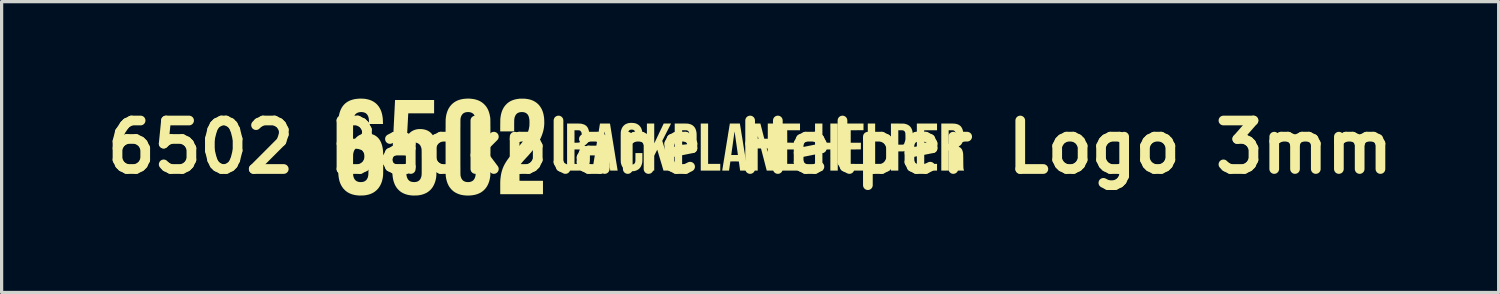
<source format=kicad_pcb>
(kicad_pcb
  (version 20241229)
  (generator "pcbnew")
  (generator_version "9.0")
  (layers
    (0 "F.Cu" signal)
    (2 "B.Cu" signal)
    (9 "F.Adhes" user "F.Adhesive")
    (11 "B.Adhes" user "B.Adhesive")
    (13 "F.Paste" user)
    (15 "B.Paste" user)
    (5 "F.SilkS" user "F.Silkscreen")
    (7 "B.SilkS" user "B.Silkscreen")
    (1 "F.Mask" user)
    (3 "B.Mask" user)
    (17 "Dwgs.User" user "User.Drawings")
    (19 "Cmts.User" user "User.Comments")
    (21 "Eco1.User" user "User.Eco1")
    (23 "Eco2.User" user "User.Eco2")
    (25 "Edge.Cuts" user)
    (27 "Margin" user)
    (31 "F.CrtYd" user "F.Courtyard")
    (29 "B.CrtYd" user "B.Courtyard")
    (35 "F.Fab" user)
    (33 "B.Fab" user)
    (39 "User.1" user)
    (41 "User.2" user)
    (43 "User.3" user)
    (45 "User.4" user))
  (footprint "6502 Backplane Helper Logo 3mm"
    (layer "F.Cu")
    (at 20.157 1.5)
    (property "Reference" "6502 Backplane Helper Logo 3mm" (at 0 0 0) (layer "F.SilkS") (effects (font (size 1.5 1.5) (thickness 0.3))))
    (attr board_only exclude_from_pos_files exclude_from_bom)
    (fp_poly (pts (xy -1.3 -0.104) (xy -1.3 0.52) (xy -1.112 0.52) (xy -0.924 0.52) (xy -0.924 0.624) (xy -0.924 0.728) (xy -1.226 0.728) (xy -1.528 0.728) (xy -1.528 -0.000001) (xy -1.528 -0.728) (xy -1.414 -0.728) (xy -1.3 -0.728)) (stroke (width 0) (type solid)) (fill yes) (layer "F.SilkS"))
    (fp_poly (pts (xy 3.868 -0.104) (xy 3.868 0.52) (xy 4.056 0.52) (xy 4.244 0.52) (xy 4.244 0.624) (xy 4.244 0.728) (xy 3.942 0.728) (xy 3.64 0.728) (xy 3.64 -0.000001) (xy 3.64 -0.728) (xy 3.754 -0.728) (xy 3.868 -0.728)) (stroke (width 0) (type solid)) (fill yes) (layer "F.SilkS"))
    (fp_poly (pts (xy 1.543 -0.624) (xy 1.543 -0.52) (xy 1.345 -0.52) (xy 1.147 -0.52) (xy 1.148 -0.328) (xy 1.149 -0.136) (xy 1.305 -0.135) (xy 1.462 -0.134) (xy 1.462 -0.03) (xy 1.462 0.074) (xy 1.305 0.074) (xy 1.147 0.074) (xy 1.147 0.297) (xy 1.147 0.52) (xy 1.345 0.52) (xy 1.543 0.52) (xy 1.543 0.624) (xy 1.543 0.728) (xy 1.231 0.728) (xy 0.919 0.728) (xy 0.919 -0.000001) (xy 0.919 -0.728) (xy 1.231 -0.728) (xy 1.543 -0.728)) (stroke (width 0) (type solid)) (fill yes) (layer "F.SilkS"))
    (fp_poly (pts (xy 2.236 -0.431) (xy 2.236 -0.135) (xy 2.359 -0.135) (xy 2.482 -0.135) (xy 2.482 -0.431) (xy 2.482 -0.728) (xy 2.597 -0.728) (xy 2.711 -0.728) (xy 2.711 -0.000001) (xy 2.711 0.728) (xy 2.597 0.728) (xy 2.482 0.728) (xy 2.482 0.401) (xy 2.482 0.074) (xy 2.359 0.074) (xy 2.236 0.074) (xy 2.236 0.401) (xy 2.236 0.728) (xy 2.122 0.728) (xy 2.008 0.728) (xy 2.008 -0.000001) (xy 2.008 -0.728) (xy 2.122 -0.728) (xy 2.236 -0.728)) (stroke (width 0) (type solid)) (fill yes) (layer "F.SilkS"))
    (fp_poly (pts (xy 3.507 -0.625) (xy 3.507 -0.522) (xy 3.309 -0.521) (xy 3.112 -0.52) (xy 3.112 -0.327) (xy 3.112 -0.135) (xy 3.269 -0.135) (xy 3.427 -0.135) (xy 3.426 -0.031) (xy 3.425 0.072) (xy 3.269 0.073) (xy 3.112 0.074) (xy 3.112 0.297) (xy 3.112 0.52) (xy 3.309 0.521) (xy 3.507 0.522) (xy 3.507 0.625) (xy 3.508 0.728) (xy 3.196 0.728) (xy 2.883 0.728) (xy 2.883 -0.000001) (xy 2.883 -0.728) (xy 3.196 -0.728) (xy 3.508 -0.728)) (stroke (width 0) (type solid)) (fill yes) (layer "F.SilkS"))
    (fp_poly (pts (xy 5.782 -0.624) (xy 5.782 -0.52) (xy 5.584 -0.52) (xy 5.386 -0.52) (xy 5.387 -0.328) (xy 5.387 -0.136) (xy 5.544 -0.135) (xy 5.701 -0.134) (xy 5.701 -0.03) (xy 5.701 0.074) (xy 5.543 0.074) (xy 5.386 0.074) (xy 5.386 0.297) (xy 5.386 0.52) (xy 5.584 0.52) (xy 5.782 0.52) (xy 5.782 0.624) (xy 5.782 0.728) (xy 5.47 0.728) (xy 5.158 0.728) (xy 5.158 -0.000001) (xy 5.158 -0.728) (xy 5.47 -0.728) (xy 5.782 -0.728)) (stroke (width 0) (type solid)) (fill yes) (layer "F.SilkS"))
    (fp_poly (pts (xy 0.321 -0.715) (xy 0.322 -0.711) (xy 0.324 -0.703) (xy 0.327 -0.69) (xy 0.332 -0.673) (xy 0.337 -0.652) (xy 0.343 -0.627) (xy 0.35 -0.6) (xy 0.358 -0.569) (xy 0.367 -0.535) (xy 0.376 -0.499) (xy 0.386 -0.46) (xy 0.396 -0.42) (xy 0.407 -0.378) (xy 0.418 -0.334) (xy 0.429 -0.292) (xy 0.443 -0.237) (xy 0.455 -0.188) (xy 0.467 -0.143) (xy 0.477 -0.102) (xy 0.487 -0.065) (xy 0.495 -0.032) (xy 0.503 -0.002) (xy 0.509 0.023) (xy 0.515 0.046) (xy 0.52 0.066) (xy 0.525 0.083) (xy 0.528 0.097) (xy 0.531 0.109) (xy 0.534 0.119) (xy 0.536 0.127) (xy 0.538 0.133) (xy 0.539 0.137) (xy 0.54 0.141) (xy 0.541 0.143) (xy 0.542 0.144) (xy 0.542 0.145) (xy 0.542 0.145) (xy 0.543 0.145) (xy 0.543 0.145) (xy 0.543 0.145) (xy 0.544 0.142) (xy 0.544 0.135) (xy 0.544 0.122) (xy 0.544 0.105) (xy 0.545 0.083) (xy 0.545 0.056) (xy 0.545 0.024) (xy 0.545 -0.012) (xy 0.545 -0.052) (xy 0.546 -0.097) (xy 0.546 -0.146) (xy 0.546 -0.2) (xy 0.546 -0.258) (xy 0.546 -0.292) (xy 0.546 -0.728) (xy 0.647 -0.728) (xy 0.749 -0.728) (xy 0.749 -0.000001) (xy 0.749 0.728) (xy 0.631 0.728) (xy 0.514 0.728) (xy 0.452 0.491) (xy 0.443 0.454) (xy 0.432 0.413) (xy 0.421 0.369) (xy 0.409 0.322) (xy 0.396 0.273) (xy 0.383 0.223) (xy 0.37 0.173) (xy 0.357 0.123) (xy 0.344 0.073) (xy 0.332 0.026) (xy 0.32 -0.02) (xy 0.315 -0.04) (xy 0.305 -0.078) (xy 0.296 -0.114) (xy 0.287 -0.149) (xy 0.278 -0.181) (xy 0.27 -0.211) (xy 0.263 -0.239) (xy 0.257 -0.264) (xy 0.251 -0.285) (xy 0.246 -0.303) (xy 0.242 -0.317) (xy 0.239 -0.328) (xy 0.237 -0.333) (xy 0.236 -0.334) (xy 0.236 -0.333) (xy 0.236 -0.33) (xy 0.235 -0.324) (xy 0.235 -0.315) (xy 0.235 -0.303) (xy 0.235 -0.289) (xy 0.235 -0.271) (xy 0.234 -0.249) (xy 0.234 -0.225) (xy 0.234 -0.196) (xy 0.234 -0.164) (xy 0.234 -0.128) (xy 0.234 -0.087) (xy 0.234 -0.043) (xy 0.234 0.006) (xy 0.234 0.06) (xy 0.234 0.119) (xy 0.234 0.182) (xy 0.234 0.197) (xy 0.234 0.728) (xy 0.132 0.728) (xy 0.03 0.728) (xy 0.03 -0.000001) (xy 0.03 -0.728) (xy 0.174 -0.728) (xy 0.317 -0.728)) (stroke (width 0) (type solid)) (fill yes) (layer "F.SilkS"))
    (fp_poly (pts (xy -2.108 -0.728) (xy -2.074 -0.728) (xy -2.045 -0.728) (xy -2.019 -0.728) (xy -1.997 -0.728) (xy -1.978 -0.727) (xy -1.961 -0.727) (xy -1.947 -0.726) (xy -1.934 -0.725) (xy -1.923 -0.724) (xy -1.913 -0.722) (xy -1.904 -0.721) (xy -1.895 -0.719) (xy -1.885 -0.717) (xy -1.878 -0.715) (xy -1.842 -0.704) (xy -1.809 -0.689) (xy -1.78 -0.672) (xy -1.754 -0.651) (xy -1.739 -0.635) (xy -1.718 -0.61) (xy -1.7 -0.582) (xy -1.686 -0.551) (xy -1.674 -0.518) (xy -1.665 -0.48) (xy -1.658 -0.439) (xy -1.657 -0.43) (xy -1.657 -0.421) (xy -1.656 -0.408) (xy -1.656 -0.391) (xy -1.655 -0.372) (xy -1.655 -0.35) (xy -1.655 -0.326) (xy -1.655 -0.302) (xy -1.655 -0.277) (xy -1.655 -0.253) (xy -1.655 -0.23) (xy -1.656 -0.209) (xy -1.656 -0.191) (xy -1.657 -0.177) (xy -1.657 -0.166) (xy -1.658 -0.163) (xy -1.664 -0.12) (xy -1.673 -0.081) (xy -1.684 -0.046) (xy -1.699 -0.014) (xy -1.717 0.014) (xy -1.738 0.041) (xy -1.739 0.042) (xy -1.761 0.063) (xy -1.783 0.08) (xy -1.808 0.095) (xy -1.815 0.098) (xy -1.834 0.107) (xy -1.854 0.115) (xy -1.874 0.121) (xy -1.895 0.126) (xy -1.919 0.129) (xy -1.945 0.132) (xy -1.974 0.134) (xy -2.008 0.134) (xy -2.032 0.135) (xy -2.104 0.135) (xy -2.104 0.431) (xy -2.104 0.728) (xy -2.218 0.728) (xy -2.333 0.728) (xy -2.333 -0.000001) (xy -2.333 -0.297) (xy -2.104 -0.297) (xy -2.104 -0.074) (xy -2.038 -0.074) (xy -2.014 -0.074) (xy -1.994 -0.074) (xy -1.979 -0.075) (xy -1.968 -0.075) (xy -1.96 -0.077) (xy -1.958 -0.077) (xy -1.938 -0.084) (xy -1.921 -0.095) (xy -1.908 -0.109) (xy -1.897 -0.127) (xy -1.89 -0.148) (xy -1.887 -0.16) (xy -1.886 -0.168) (xy -1.885 -0.181) (xy -1.885 -0.198) (xy -1.884 -0.218) (xy -1.883 -0.24) (xy -1.883 -0.263) (xy -1.883 -0.288) (xy -1.883 -0.313) (xy -1.883 -0.337) (xy -1.884 -0.36) (xy -1.884 -0.382) (xy -1.885 -0.401) (xy -1.885 -0.416) (xy -1.886 -0.428) (xy -1.887 -0.434) (xy -1.893 -0.457) (xy -1.901 -0.476) (xy -1.912 -0.491) (xy -1.926 -0.502) (xy -1.943 -0.511) (xy -1.955 -0.515) (xy -1.96 -0.517) (xy -1.966 -0.518) (xy -1.973 -0.519) (xy -1.981 -0.52) (xy -1.992 -0.52) (xy -2.006 -0.52) (xy -2.024 -0.52) (xy -2.038 -0.52) (xy -2.104 -0.52) (xy -2.104 -0.297) (xy -2.333 -0.297) (xy -2.333 -0.728) (xy -2.146 -0.728)) (stroke (width 0) (type solid)) (fill yes) (layer "F.SilkS"))
    (fp_poly (pts (xy 4.555 -0.728) (xy 4.593 -0.728) (xy 4.625 -0.727) (xy 4.654 -0.727) (xy 4.678 -0.727) (xy 4.698 -0.727) (xy 4.716 -0.726) (xy 4.73 -0.726) (xy 4.742 -0.726) (xy 4.752 -0.725) (xy 4.76 -0.725) (xy 4.766 -0.724) (xy 4.772 -0.723) (xy 4.776 -0.723) (xy 4.777 -0.722) (xy 4.818 -0.712) (xy 4.856 -0.699) (xy 4.889 -0.682) (xy 4.919 -0.663) (xy 4.945 -0.639) (xy 4.968 -0.612) (xy 4.987 -0.582) (xy 5.003 -0.547) (xy 5.016 -0.509) (xy 5.025 -0.467) (xy 5.025 -0.464) (xy 5.028 -0.451) (xy 5.029 -0.436) (xy 5.031 -0.419) (xy 5.032 -0.4) (xy 5.032 -0.378) (xy 5.033 -0.353) (xy 5.033 -0.323) (xy 5.033 -0.297) (xy 5.033 -0.264) (xy 5.033 -0.236) (xy 5.032 -0.211) (xy 5.031 -0.19) (xy 5.03 -0.171) (xy 5.029 -0.154) (xy 5.027 -0.139) (xy 5.025 -0.125) (xy 5.024 -0.122) (xy 5.015 -0.08) (xy 5.001 -0.042) (xy 4.985 -0.008) (xy 4.965 0.023) (xy 4.941 0.05) (xy 4.914 0.073) (xy 4.883 0.093) (xy 4.85 0.108) (xy 4.813 0.12) (xy 4.806 0.122) (xy 4.789 0.126) (xy 4.773 0.129) (xy 4.756 0.131) (xy 4.738 0.132) (xy 4.718 0.134) (xy 4.694 0.134) (xy 4.667 0.134) (xy 4.657 0.134) (xy 4.584 0.135) (xy 4.584 0.431) (xy 4.584 0.728) (xy 4.47 0.728) (xy 4.356 0.728) (xy 4.356 -0.000128) (xy 4.356 -0.297) (xy 4.584 -0.297) (xy 4.584 -0.074) (xy 4.649 -0.074) (xy 4.671 -0.074) (xy 4.688 -0.074) (xy 4.702 -0.074) (xy 4.713 -0.075) (xy 4.721 -0.076) (xy 4.728 -0.077) (xy 4.729 -0.078) (xy 4.743 -0.082) (xy 4.754 -0.086) (xy 4.763 -0.093) (xy 4.772 -0.101) (xy 4.783 -0.113) (xy 4.791 -0.129) (xy 4.797 -0.147) (xy 4.801 -0.167) (xy 4.802 -0.177) (xy 4.803 -0.192) (xy 4.804 -0.21) (xy 4.804 -0.231) (xy 4.805 -0.254) (xy 4.805 -0.279) (xy 4.805 -0.304) (xy 4.805 -0.329) (xy 4.805 -0.352) (xy 4.804 -0.375) (xy 4.803 -0.394) (xy 4.803 -0.411) (xy 4.802 -0.423) (xy 4.801 -0.427) (xy 4.796 -0.451) (xy 4.789 -0.471) (xy 4.778 -0.487) (xy 4.765 -0.499) (xy 4.753 -0.507) (xy 4.745 -0.511) (xy 4.737 -0.514) (xy 4.73 -0.516) (xy 4.721 -0.518) (xy 4.71 -0.519) (xy 4.697 -0.52) (xy 4.68 -0.52) (xy 4.66 -0.52) (xy 4.649 -0.52) (xy 4.584 -0.52) (xy 4.584 -0.297) (xy 4.356 -0.297) (xy 4.356 -0.729)) (stroke (width 0) (type solid)) (fill yes) (layer "F.SilkS"))
    (fp_poly (pts (xy -2.967 -0.422) (xy -2.967 -0.384) (xy -2.967 -0.346) (xy -2.967 -0.31) (xy -2.967 -0.277) (xy -2.967 -0.245) (xy -2.967 -0.217) (xy -2.966 -0.191) (xy -2.966 -0.169) (xy -2.966 -0.15) (xy -2.966 -0.136) (xy -2.966 -0.125) (xy -2.965 -0.119) (xy -2.965 -0.118) (xy -2.964 -0.12) (xy -2.96 -0.127) (xy -2.955 -0.138) (xy -2.948 -0.152) (xy -2.939 -0.17) (xy -2.929 -0.192) (xy -2.918 -0.216) (xy -2.905 -0.243) (xy -2.891 -0.272) (xy -2.876 -0.304) (xy -2.86 -0.338) (xy -2.843 -0.373) (xy -2.825 -0.409) (xy -2.819 -0.424) (xy -2.674 -0.728) (xy -2.56 -0.728) (xy -2.537 -0.728) (xy -2.515 -0.728) (xy -2.495 -0.728) (xy -2.478 -0.728) (xy -2.465 -0.728) (xy -2.454 -0.728) (xy -2.448 -0.728) (xy -2.447 -0.727) (xy -2.448 -0.725) (xy -2.451 -0.719) (xy -2.457 -0.708) (xy -2.464 -0.694) (xy -2.473 -0.676) (xy -2.483 -0.655) (xy -2.495 -0.632) (xy -2.509 -0.606) (xy -2.523 -0.577) (xy -2.538 -0.547) (xy -2.555 -0.515) (xy -2.572 -0.481) (xy -2.583 -0.46) (xy -2.718 -0.194) (xy -2.581 0.263) (xy -2.567 0.31) (xy -2.554 0.355) (xy -2.54 0.399) (xy -2.528 0.441) (xy -2.516 0.482) (xy -2.504 0.52) (xy -2.493 0.555) (xy -2.484 0.588) (xy -2.475 0.618) (xy -2.467 0.645) (xy -2.46 0.668) (xy -2.454 0.687) (xy -2.449 0.703) (xy -2.446 0.715) (xy -2.444 0.722) (xy -2.443 0.724) (xy -2.443 0.725) (xy -2.443 0.726) (xy -2.445 0.727) (xy -2.449 0.727) (xy -2.455 0.728) (xy -2.463 0.728) (xy -2.474 0.728) (xy -2.488 0.728) (xy -2.506 0.728) (xy -2.529 0.728) (xy -2.556 0.728) (xy -2.561 0.728) (xy -2.59 0.728) (xy -2.614 0.728) (xy -2.634 0.728) (xy -2.65 0.728) (xy -2.662 0.728) (xy -2.671 0.727) (xy -2.677 0.727) (xy -2.68 0.726) (xy -2.681 0.725) (xy -2.682 0.723) (xy -2.684 0.715) (xy -2.688 0.704) (xy -2.692 0.688) (xy -2.698 0.669) (xy -2.705 0.646) (xy -2.713 0.62) (xy -2.721 0.591) (xy -2.73 0.56) (xy -2.74 0.526) (xy -2.751 0.491) (xy -2.762 0.453) (xy -2.774 0.415) (xy -2.777 0.404) (xy -2.788 0.365) (xy -2.8 0.327) (xy -2.81 0.291) (xy -2.821 0.257) (xy -2.83 0.225) (xy -2.839 0.195) (xy -2.847 0.169) (xy -2.854 0.145) (xy -2.86 0.125) (xy -2.865 0.108) (xy -2.869 0.096) (xy -2.872 0.087) (xy -2.873 0.083) (xy -2.873 0.083) (xy -2.875 0.085) (xy -2.878 0.091) (xy -2.883 0.1) (xy -2.89 0.113) (xy -2.898 0.128) (xy -2.907 0.146) (xy -2.917 0.165) (xy -2.921 0.174) (xy -2.967 0.267) (xy -2.967 0.498) (xy -2.967 0.728) (xy -3.08 0.728) (xy -3.193 0.728) (xy -3.193 -0.000001) (xy -3.193 -0.728) (xy -3.08 -0.728) (xy -2.967 -0.728)) (stroke (width 0) (type solid)) (fill yes) (layer "F.SilkS"))
    (fp_poly (pts (xy 6.137 -0.728) (xy 6.171 -0.728) (xy 6.202 -0.728) (xy 6.23 -0.728) (xy 6.254 -0.728) (xy 6.275 -0.727) (xy 6.292 -0.727) (xy 6.305 -0.726) (xy 6.314 -0.726) (xy 6.315 -0.726) (xy 6.357 -0.72) (xy 6.396 -0.711) (xy 6.431 -0.699) (xy 6.462 -0.684) (xy 6.489 -0.666) (xy 6.513 -0.644) (xy 6.534 -0.619) (xy 6.551 -0.591) (xy 6.566 -0.559) (xy 6.571 -0.543) (xy 6.576 -0.529) (xy 6.579 -0.517) (xy 6.582 -0.504) (xy 6.585 -0.491) (xy 6.587 -0.476) (xy 6.588 -0.46) (xy 6.589 -0.441) (xy 6.59 -0.419) (xy 6.591 -0.393) (xy 6.591 -0.37) (xy 6.591 -0.338) (xy 6.591 -0.31) (xy 6.591 -0.286) (xy 6.59 -0.266) (xy 6.589 -0.248) (xy 6.588 -0.232) (xy 6.586 -0.218) (xy 6.583 -0.204) (xy 6.582 -0.196) (xy 6.572 -0.161) (xy 6.561 -0.131) (xy 6.546 -0.104) (xy 6.529 -0.079) (xy 6.52 -0.069) (xy 6.509 -0.059) (xy 6.495 -0.048) (xy 6.481 -0.037) (xy 6.466 -0.028) (xy 6.454 -0.022) (xy 6.453 -0.021) (xy 6.446 -0.018) (xy 6.443 -0.016) (xy 6.443 -0.015) (xy 6.445 -0.013) (xy 6.451 -0.01) (xy 6.46 -0.006) (xy 6.462 -0.005) (xy 6.487 0.007) (xy 6.509 0.022) (xy 6.528 0.04) (xy 6.544 0.061) (xy 6.558 0.086) (xy 6.57 0.116) (xy 6.578 0.143) (xy 6.58 0.152) (xy 6.582 0.161) (xy 6.584 0.17) (xy 6.586 0.179) (xy 6.587 0.189) (xy 6.589 0.199) (xy 6.59 0.212) (xy 6.591 0.225) (xy 6.591 0.241) (xy 6.592 0.26) (xy 6.592 0.281) (xy 6.593 0.306) (xy 6.593 0.334) (xy 6.594 0.366) (xy 6.594 0.403) (xy 6.594 0.431) (xy 6.595 0.471) (xy 6.595 0.506) (xy 6.595 0.537) (xy 6.596 0.564) (xy 6.596 0.587) (xy 6.597 0.607) (xy 6.597 0.624) (xy 6.598 0.639) (xy 6.599 0.651) (xy 6.6 0.661) (xy 6.601 0.671) (xy 6.603 0.679) (xy 6.605 0.686) (xy 6.607 0.693) (xy 6.609 0.7) (xy 6.611 0.707) (xy 6.612 0.708) (xy 6.619 0.728) (xy 6.503 0.728) (xy 6.387 0.728) (xy 6.382 0.71) (xy 6.379 0.701) (xy 6.377 0.691) (xy 6.374 0.682) (xy 6.373 0.672) (xy 6.371 0.66) (xy 6.37 0.648) (xy 6.369 0.634) (xy 6.368 0.617) (xy 6.367 0.599) (xy 6.367 0.577) (xy 6.366 0.552) (xy 6.366 0.523) (xy 6.366 0.491) (xy 6.366 0.454) (xy 6.366 0.421) (xy 6.366 0.392) (xy 6.366 0.363) (xy 6.366 0.336) (xy 6.365 0.311) (xy 6.365 0.289) (xy 6.365 0.269) (xy 6.364 0.253) (xy 6.364 0.24) (xy 6.363 0.233) (xy 6.363 0.231) (xy 6.359 0.202) (xy 6.351 0.177) (xy 6.341 0.156) (xy 6.329 0.139) (xy 6.313 0.126) (xy 6.294 0.116) (xy 6.272 0.109) (xy 6.265 0.108) (xy 6.254 0.106) (xy 6.238 0.105) (xy 6.218 0.104) (xy 6.196 0.104) (xy 6.194 0.104) (xy 6.142 0.104) (xy 6.142 0.416) (xy 6.142 0.728) (xy 6.028 0.728) (xy 5.914 0.728) (xy 5.914 -0.000001) (xy 5.914 -0.312) (xy 6.142 -0.312) (xy 6.142 -0.103) (xy 6.204 -0.105) (xy 6.224 -0.105) (xy 6.24 -0.106) (xy 6.252 -0.106) (xy 6.262 -0.107) (xy 6.269 -0.108) (xy 6.275 -0.109) (xy 6.281 -0.111) (xy 6.281 -0.111) (xy 6.303 -0.12) (xy 6.322 -0.133) (xy 6.337 -0.149) (xy 6.348 -0.168) (xy 6.357 -0.192) (xy 6.359 -0.199) (xy 6.36 -0.211) (xy 6.361 -0.227) (xy 6.362 -0.245) (xy 6.362 -0.266) (xy 6.363 -0.288) (xy 6.363 -0.31) (xy 6.363 -0.333) (xy 6.363 -0.355) (xy 6.363 -0.376) (xy 6.362 -0.394) (xy 6.361 -0.41) (xy 6.36 -0.422) (xy 6.359 -0.426) (xy 6.353 -0.451) (xy 6.343 -0.473) (xy 6.331 -0.49) (xy 6.315 -0.504) (xy 6.298 -0.513) (xy 6.293 -0.515) (xy 6.289 -0.516) (xy 6.284 -0.517) (xy 6.277 -0.518) (xy 6.269 -0.519) (xy 6.257 -0.519) (xy 6.243 -0.519) (xy 6.224 -0.52) (xy 6.213 -0.52) (xy 6.142 -0.521) (xy 6.142 -0.312) (xy 5.914 -0.312) (xy 5.914 -0.728) (xy 6.102 -0.728)) (stroke (width 0) (type solid)) (fill yes) (layer "F.SilkS"))
    (fp_poly (pts (xy -5.436 -0.728) (xy -5.403 -0.728) (xy -5.372 -0.728) (xy -5.344 -0.728) (xy -5.319 -0.728) (xy -5.297 -0.727) (xy -5.28 -0.727) (xy -5.267 -0.726) (xy -5.258 -0.726) (xy -5.257 -0.726) (xy -5.214 -0.72) (xy -5.175 -0.71) (xy -5.14 -0.698) (xy -5.108 -0.683) (xy -5.08 -0.664) (xy -5.056 -0.642) (xy -5.036 -0.616) (xy -5.018 -0.587) (xy -5.004 -0.554) (xy -4.993 -0.517) (xy -4.986 -0.485) (xy -4.985 -0.474) (xy -4.984 -0.459) (xy -4.982 -0.441) (xy -4.982 -0.42) (xy -4.981 -0.398) (xy -4.98 -0.375) (xy -4.98 -0.352) (xy -4.98 -0.331) (xy -4.981 -0.311) (xy -4.981 -0.294) (xy -4.982 -0.28) (xy -4.982 -0.279) (xy -4.988 -0.24) (xy -4.996 -0.204) (xy -5.007 -0.171) (xy -5.021 -0.143) (xy -5.036 -0.12) (xy -5.056 -0.099) (xy -5.078 -0.079) (xy -5.102 -0.063) (xy -5.115 -0.056) (xy -5.122 -0.052) (xy -5.126 -0.049) (xy -5.127 -0.048) (xy -5.124 -0.046) (xy -5.118 -0.042) (xy -5.11 -0.038) (xy -5.107 -0.037) (xy -5.077 -0.022) (xy -5.051 -0.002) (xy -5.027 0.021) (xy -5.007 0.047) (xy -4.991 0.076) (xy -4.985 0.09) (xy -4.979 0.106) (xy -4.974 0.122) (xy -4.969 0.138) (xy -4.966 0.154) (xy -4.963 0.171) (xy -4.961 0.19) (xy -4.959 0.212) (xy -4.958 0.236) (xy -4.958 0.264) (xy -4.957 0.296) (xy -4.957 0.321) (xy -4.957 0.353) (xy -4.958 0.381) (xy -4.958 0.405) (xy -4.959 0.425) (xy -4.96 0.443) (xy -4.962 0.459) (xy -4.964 0.474) (xy -4.966 0.487) (xy -4.969 0.5) (xy -4.973 0.514) (xy -4.977 0.524) (xy -4.99 0.561) (xy -5.008 0.593) (xy -5.029 0.623) (xy -5.054 0.648) (xy -5.083 0.671) (xy -5.115 0.689) (xy -5.151 0.705) (xy -5.19 0.717) (xy -5.212 0.721) (xy -5.217 0.722) (xy -5.222 0.723) (xy -5.228 0.724) (xy -5.234 0.725) (xy -5.241 0.725) (xy -5.249 0.726) (xy -5.26 0.726) (xy -5.272 0.726) (xy -5.287 0.727) (xy -5.304 0.727) (xy -5.325 0.727) (xy -5.35 0.727) (xy -5.378 0.727) (xy -5.411 0.728) (xy -5.448 0.728) (xy -5.451 0.728) (xy -5.663 0.729) (xy -5.663 0.297) (xy -5.434 0.297) (xy -5.434 0.521) (xy -5.351 0.52) (xy -5.328 0.519) (xy -5.308 0.519) (xy -5.293 0.519) (xy -5.281 0.518) (xy -5.272 0.518) (xy -5.265 0.517) (xy -5.26 0.516) (xy -5.255 0.515) (xy -5.255 0.515) (xy -5.235 0.505) (xy -5.219 0.492) (xy -5.206 0.476) (xy -5.196 0.457) (xy -5.196 0.456) (xy -5.193 0.447) (xy -5.191 0.439) (xy -5.19 0.431) (xy -5.188 0.422) (xy -5.187 0.411) (xy -5.187 0.399) (xy -5.186 0.384) (xy -5.186 0.365) (xy -5.186 0.344) (xy -5.186 0.318) (xy -5.186 0.297) (xy -5.186 0.27) (xy -5.187 0.248) (xy -5.187 0.23) (xy -5.187 0.216) (xy -5.188 0.204) (xy -5.188 0.195) (xy -5.189 0.187) (xy -5.19 0.181) (xy -5.191 0.176) (xy -5.192 0.17) (xy -5.193 0.168) (xy -5.201 0.143) (xy -5.212 0.123) (xy -5.226 0.106) (xy -5.243 0.093) (xy -5.263 0.083) (xy -5.284 0.077) (xy -5.292 0.076) (xy -5.302 0.075) (xy -5.316 0.074) (xy -5.334 0.074) (xy -5.356 0.074) (xy -5.368 0.074) (xy -5.434 0.074) (xy -5.434 0.297) (xy -5.663 0.297) (xy -5.663 0.000121) (xy -5.663 -0.327) (xy -5.434 -0.327) (xy -5.434 -0.134) (xy -5.373 -0.135) (xy -5.35 -0.136) (xy -5.332 -0.137) (xy -5.318 -0.138) (xy -5.307 -0.139) (xy -5.299 -0.14) (xy -5.296 -0.141) (xy -5.273 -0.149) (xy -5.254 -0.16) (xy -5.239 -0.175) (xy -5.226 -0.194) (xy -5.217 -0.217) (xy -5.214 -0.225) (xy -5.213 -0.233) (xy -5.212 -0.245) (xy -5.21 -0.261) (xy -5.21 -0.279) (xy -5.209 -0.3) (xy -5.209 -0.321) (xy -5.209 -0.343) (xy -5.209 -0.363) (xy -5.209 -0.383) (xy -5.21 -0.4) (xy -5.211 -0.415) (xy -5.212 -0.425) (xy -5.219 -0.45) (xy -5.228 -0.472) (xy -5.241 -0.49) (xy -5.256 -0.504) (xy -5.274 -0.513) (xy -5.278 -0.515) (xy -5.283 -0.516) (xy -5.288 -0.517) (xy -5.294 -0.518) (xy -5.303 -0.519) (xy -5.314 -0.519) (xy -5.328 -0.519) (xy -5.346 -0.52) (xy -5.361 -0.52) (xy -5.434 -0.521) (xy -5.434 -0.327) (xy -5.663 -0.327) (xy -5.663 -0.728) (xy -5.472 -0.728)) (stroke (width 0) (type solid)) (fill yes) (layer "F.SilkS"))
    (fp_poly (pts (xy -7.025 -1.498) (xy -7.002 -1.498) (xy -6.981 -1.497) (xy -6.964 -1.496) (xy -6.952 -1.495) (xy -6.892 -1.487) (xy -6.835 -1.476) (xy -6.781 -1.461) (xy -6.731 -1.442) (xy -6.685 -1.42) (xy -6.642 -1.394) (xy -6.601 -1.365) (xy -6.564 -1.332) (xy -6.529 -1.295) (xy -6.517 -1.281) (xy -6.487 -1.239) (xy -6.46 -1.194) (xy -6.436 -1.146) (xy -6.416 -1.094) (xy -6.399 -1.038) (xy -6.386 -0.978) (xy -6.376 -0.914) (xy -6.375 -0.906) (xy -6.373 -0.89) (xy -6.372 -0.87) (xy -6.371 -0.846) (xy -6.37 -0.821) (xy -6.369 -0.794) (xy -6.369 -0.767) (xy -6.369 -0.742) (xy -6.369 -0.718) (xy -6.37 -0.697) (xy -6.371 -0.681) (xy -6.378 -0.612) (xy -6.39 -0.544) (xy -6.406 -0.476) (xy -6.427 -0.409) (xy -6.451 -0.343) (xy -6.48 -0.276) (xy -6.514 -0.209) (xy -6.553 -0.142) (xy -6.596 -0.074) (xy -6.642 -0.008) (xy -6.668 0.027) (xy -6.694 0.062) (xy -6.722 0.096) (xy -6.751 0.132) (xy -6.782 0.169) (xy -6.815 0.207) (xy -6.851 0.248) (xy -6.89 0.291) (xy -6.922 0.325) (xy -6.957 0.364) (xy -6.99 0.399) (xy -7.019 0.432) (xy -7.045 0.462) (xy -7.069 0.491) (xy -7.091 0.517) (xy -7.111 0.542) (xy -7.129 0.566) (xy -7.146 0.589) (xy -7.161 0.612) (xy -7.176 0.635) (xy -7.178 0.638) (xy -7.207 0.689) (xy -7.231 0.74) (xy -7.25 0.792) (xy -7.264 0.846) (xy -7.274 0.902) (xy -7.279 0.959) (xy -7.279 1.01) (xy -7.278 1.042) (xy -6.844 1.043) (xy -6.409 1.043) (xy -6.409 1.25) (xy -6.409 1.457) (xy -7.07 1.457) (xy -7.731 1.457) (xy -7.731 1.265) (xy -7.731 1.223) (xy -7.731 1.187) (xy -7.731 1.154) (xy -7.731 1.126) (xy -7.731 1.101) (xy -7.73 1.08) (xy -7.73 1.061) (xy -7.729 1.045) (xy -7.728 1.031) (xy -7.728 1.02) (xy -7.721 0.949) (xy -7.712 0.882) (xy -7.7 0.818) (xy -7.685 0.756) (xy -7.667 0.697) (xy -7.645 0.638) (xy -7.62 0.581) (xy -7.591 0.525) (xy -7.557 0.468) (xy -7.52 0.41) (xy -7.478 0.352) (xy -7.465 0.335) (xy -7.446 0.31) (xy -7.427 0.286) (xy -7.406 0.261) (xy -7.385 0.235) (xy -7.361 0.208) (xy -7.335 0.18) (xy -7.307 0.148) (xy -7.276 0.114) (xy -7.224 0.057) (xy -7.176 0.003) (xy -7.132 -0.049) (xy -7.091 -0.098) (xy -7.054 -0.146) (xy -7.02 -0.192) (xy -6.99 -0.236) (xy -6.962 -0.28) (xy -6.938 -0.322) (xy -6.916 -0.364) (xy -6.897 -0.405) (xy -6.88 -0.446) (xy -6.866 -0.487) (xy -6.854 -0.528) (xy -6.844 -0.57) (xy -6.836 -0.613) (xy -6.831 -0.642) (xy -6.83 -0.656) (xy -6.828 -0.674) (xy -6.828 -0.694) (xy -6.827 -0.717) (xy -6.827 -0.741) (xy -6.826 -0.765) (xy -6.827 -0.789) (xy -6.827 -0.81) (xy -6.828 -0.83) (xy -6.829 -0.845) (xy -6.83 -0.853) (xy -6.836 -0.887) (xy -6.843 -0.919) (xy -6.851 -0.947) (xy -6.861 -0.971) (xy -6.871 -0.991) (xy -6.873 -0.993) (xy -6.892 -1.018) (xy -6.914 -1.038) (xy -6.939 -1.055) (xy -6.967 -1.068) (xy -6.999 -1.077) (xy -7.007 -1.079) (xy -7.022 -1.081) (xy -7.041 -1.082) (xy -7.061 -1.083) (xy -7.082 -1.082) (xy -7.103 -1.081) (xy -7.121 -1.078) (xy -7.13 -1.077) (xy -7.161 -1.067) (xy -7.19 -1.054) (xy -7.215 -1.036) (xy -7.237 -1.015) (xy -7.255 -0.989) (xy -7.271 -0.96) (xy -7.283 -0.927) (xy -7.29 -0.9) (xy -7.292 -0.89) (xy -7.293 -0.881) (xy -7.295 -0.871) (xy -7.296 -0.86) (xy -7.297 -0.848) (xy -7.298 -0.834) (xy -7.299 -0.818) (xy -7.299 -0.8) (xy -7.299 -0.778) (xy -7.3 -0.754) (xy -7.3 -0.725) (xy -7.3 -0.693) (xy -7.3 -0.655) (xy -7.3 -0.655) (xy -7.3 -0.485) (xy -7.516 -0.485) (xy -7.732 -0.485) (xy -7.731 -0.676) (xy -7.731 -0.713) (xy -7.73 -0.746) (xy -7.73 -0.774) (xy -7.73 -0.798) (xy -7.729 -0.819) (xy -7.729 -0.837) (xy -7.729 -0.852) (xy -7.728 -0.865) (xy -7.728 -0.876) (xy -7.727 -0.885) (xy -7.726 -0.893) (xy -7.725 -0.901) (xy -7.725 -0.902) (xy -7.716 -0.965) (xy -7.704 -1.023) (xy -7.689 -1.077) (xy -7.671 -1.128) (xy -7.649 -1.175) (xy -7.625 -1.22) (xy -7.597 -1.261) (xy -7.566 -1.3) (xy -7.532 -1.335) (xy -7.495 -1.368) (xy -7.454 -1.397) (xy -7.411 -1.422) (xy -7.364 -1.444) (xy -7.313 -1.462) (xy -7.259 -1.477) (xy -7.202 -1.488) (xy -7.148 -1.495) (xy -7.134 -1.497) (xy -7.116 -1.497) (xy -7.095 -1.498) (xy -7.072 -1.498) (xy -7.048 -1.498)) (stroke (width 0) (type solid)) (fill yes) (layer "F.SilkS"))
    (fp_poly (pts (xy -3.634 -0.747) (xy -3.6 -0.744) (xy -3.568 -0.739) (xy -3.54 -0.731) (xy -3.538 -0.731) (xy -3.503 -0.717) (xy -3.47 -0.698) (xy -3.441 -0.676) (xy -3.415 -0.651) (xy -3.392 -0.621) (xy -3.373 -0.588) (xy -3.358 -0.552) (xy -3.351 -0.53) (xy -3.347 -0.515) (xy -3.343 -0.5) (xy -3.34 -0.485) (xy -3.338 -0.47) (xy -3.336 -0.454) (xy -3.335 -0.436) (xy -3.334 -0.416) (xy -3.333 -0.393) (xy -3.333 -0.366) (xy -3.333 -0.334) (xy -3.333 -0.332) (xy -3.333 -0.239) (xy -3.44 -0.239) (xy -3.548 -0.239) (xy -3.549 -0.342) (xy -3.549 -0.368) (xy -3.55 -0.39) (xy -3.55 -0.408) (xy -3.55 -0.423) (xy -3.551 -0.434) (xy -3.551 -0.443) (xy -3.552 -0.45) (xy -3.553 -0.455) (xy -3.554 -0.46) (xy -3.554 -0.461) (xy -3.563 -0.484) (xy -3.574 -0.503) (xy -3.588 -0.518) (xy -3.605 -0.53) (xy -3.626 -0.537) (xy -3.628 -0.538) (xy -3.637 -0.539) (xy -3.648 -0.54) (xy -3.661 -0.541) (xy -3.665 -0.541) (xy -3.691 -0.539) (xy -3.712 -0.533) (xy -3.731 -0.524) (xy -3.747 -0.51) (xy -3.759 -0.493) (xy -3.768 -0.471) (xy -3.774 -0.45) (xy -3.775 -0.446) (xy -3.775 -0.438) (xy -3.775 -0.426) (xy -3.775 -0.41) (xy -3.776 -0.391) (xy -3.776 -0.366) (xy -3.776 -0.338) (xy -3.776 -0.305) (xy -3.777 -0.267) (xy -3.777 -0.225) (xy -3.777 -0.178) (xy -3.777 -0.127) (xy -3.777 -0.07) (xy -3.777 -0.009) (xy -3.777 -0.000042) (xy -3.777 0.056) (xy -3.777 0.108) (xy -3.777 0.155) (xy -3.777 0.197) (xy -3.777 0.235) (xy -3.777 0.27) (xy -3.777 0.3) (xy -3.776 0.327) (xy -3.776 0.351) (xy -3.776 0.371) (xy -3.776 0.389) (xy -3.776 0.404) (xy -3.775 0.417) (xy -3.775 0.427) (xy -3.775 0.436) (xy -3.774 0.442) (xy -3.774 0.447) (xy -3.774 0.451) (xy -3.773 0.454) (xy -3.766 0.478) (xy -3.756 0.498) (xy -3.743 0.514) (xy -3.727 0.527) (xy -3.708 0.535) (xy -3.685 0.54) (xy -3.665 0.541) (xy -3.639 0.539) (xy -3.617 0.534) (xy -3.598 0.526) (xy -3.582 0.513) (xy -3.569 0.497) (xy -3.563 0.485) (xy -3.56 0.478) (xy -3.557 0.471) (xy -3.555 0.464) (xy -3.553 0.456) (xy -3.552 0.447) (xy -3.551 0.436) (xy -3.55 0.422) (xy -3.549 0.407) (xy -3.549 0.388) (xy -3.549 0.365) (xy -3.549 0.338) (xy -3.549 0.308) (xy -3.548 0.185) (xy -3.441 0.185) (xy -3.333 0.185) (xy -3.333 0.305) (xy -3.333 0.339) (xy -3.333 0.369) (xy -3.333 0.394) (xy -3.334 0.416) (xy -3.335 0.435) (xy -3.336 0.452) (xy -3.337 0.467) (xy -3.339 0.481) (xy -3.342 0.494) (xy -3.345 0.506) (xy -3.348 0.52) (xy -3.351 0.53) (xy -3.364 0.569) (xy -3.381 0.603) (xy -3.401 0.634) (xy -3.425 0.662) (xy -3.453 0.686) (xy -3.484 0.706) (xy -3.518 0.723) (xy -3.556 0.736) (xy -3.58 0.741) (xy -3.595 0.744) (xy -3.613 0.745) (xy -3.633 0.747) (xy -3.655 0.748) (xy -3.677 0.748) (xy -3.698 0.748) (xy -3.717 0.747) (xy -3.733 0.746) (xy -3.736 0.745) (xy -3.776 0.737) (xy -3.813 0.726) (xy -3.846 0.712) (xy -3.875 0.695) (xy -3.885 0.687) (xy -3.912 0.664) (xy -3.935 0.636) (xy -3.956 0.606) (xy -3.973 0.572) (xy -3.986 0.536) (xy -3.989 0.529) (xy -3.99 0.522) (xy -3.992 0.516) (xy -3.994 0.511) (xy -3.995 0.505) (xy -3.996 0.5) (xy -3.998 0.494) (xy -3.999 0.488) (xy -4 0.481) (xy -4 0.473) (xy -4.001 0.464) (xy -4.002 0.453) (xy -4.002 0.441) (xy -4.003 0.426) (xy -4.003 0.41) (xy -4.003 0.391) (xy -4.004 0.369) (xy -4.004 0.345) (xy -4.004 0.317) (xy -4.004 0.286) (xy -4.004 0.252) (xy -4.004 0.213) (xy -4.004 0.171) (xy -4.004 0.124) (xy -4.004 0.073) (xy -4.004 0.017) (xy -4.004 -0.000001) (xy -4.004 -0.057) (xy -4.004 -0.109) (xy -4.004 -0.156) (xy -4.004 -0.199) (xy -4.004 -0.238) (xy -4.004 -0.273) (xy -4.004 -0.304) (xy -4.004 -0.331) (xy -4.004 -0.356) (xy -4.004 -0.377) (xy -4.003 -0.396) (xy -4.003 -0.412) (xy -4.003 -0.426) (xy -4.003 -0.437) (xy -4.002 -0.447) (xy -4.002 -0.455) (xy -4.002 -0.462) (xy -4.001 -0.468) (xy -4.001 -0.472) (xy -4 -0.476) (xy -4 -0.48) (xy -3.999 -0.482) (xy -3.99 -0.522) (xy -3.979 -0.557) (xy -3.966 -0.588) (xy -3.949 -0.617) (xy -3.93 -0.643) (xy -3.919 -0.655) (xy -3.894 -0.679) (xy -3.867 -0.7) (xy -3.837 -0.716) (xy -3.803 -0.729) (xy -3.767 -0.74) (xy -3.736 -0.745) (xy -3.703 -0.748) (xy -3.669 -0.749)) (stroke (width 0) (type solid)) (fill yes) (layer "F.SilkS"))
    (fp_poly (pts (xy -0.316 -0.72) (xy -0.316 -0.717) (xy -0.314 -0.708) (xy -0.312 -0.695) (xy -0.309 -0.678) (xy -0.306 -0.657) (xy -0.302 -0.632) (xy -0.297 -0.604) (xy -0.292 -0.572) (xy -0.286 -0.537) (xy -0.28 -0.5) (xy -0.274 -0.46) (xy -0.267 -0.418) (xy -0.26 -0.373) (xy -0.252 -0.327) (xy -0.244 -0.279) (xy -0.236 -0.23) (xy -0.228 -0.18) (xy -0.22 -0.129) (xy -0.212 -0.077) (xy -0.203 -0.025) (xy -0.195 0.027) (xy -0.186 0.079) (xy -0.178 0.131) (xy -0.169 0.182) (xy -0.161 0.232) (xy -0.153 0.281) (xy -0.145 0.329) (xy -0.138 0.376) (xy -0.131 0.42) (xy -0.124 0.462) (xy -0.117 0.503) (xy -0.111 0.54) (xy -0.106 0.575) (xy -0.1 0.607) (xy -0.096 0.636) (xy -0.092 0.661) (xy -0.088 0.682) (xy -0.085 0.7) (xy -0.083 0.713) (xy -0.082 0.722) (xy -0.081 0.726) (xy -0.081 0.726) (xy -0.084 0.727) (xy -0.091 0.727) (xy -0.103 0.728) (xy -0.119 0.728) (xy -0.139 0.728) (xy -0.162 0.728) (xy -0.189 0.728) (xy -0.195 0.728) (xy -0.309 0.728) (xy -0.329 0.59) (xy -0.332 0.563) (xy -0.336 0.539) (xy -0.339 0.516) (xy -0.342 0.496) (xy -0.345 0.479) (xy -0.347 0.465) (xy -0.348 0.455) (xy -0.349 0.449) (xy -0.35 0.447) (xy -0.351 0.447) (xy -0.355 0.446) (xy -0.361 0.445) (xy -0.37 0.445) (xy -0.382 0.445) (xy -0.398 0.445) (xy -0.418 0.444) (xy -0.442 0.444) (xy -0.471 0.444) (xy -0.481 0.444) (xy -0.506 0.444) (xy -0.53 0.444) (xy -0.552 0.444) (xy -0.571 0.445) (xy -0.587 0.445) (xy -0.599 0.445) (xy -0.607 0.446) (xy -0.611 0.446) (xy -0.612 0.446) (xy -0.612 0.449) (xy -0.613 0.456) (xy -0.615 0.468) (xy -0.617 0.483) (xy -0.62 0.501) (xy -0.623 0.522) (xy -0.626 0.545) (xy -0.63 0.57) (xy -0.632 0.586) (xy -0.636 0.612) (xy -0.639 0.637) (xy -0.643 0.659) (xy -0.646 0.679) (xy -0.648 0.696) (xy -0.65 0.71) (xy -0.651 0.72) (xy -0.652 0.725) (xy -0.652 0.727) (xy -0.655 0.727) (xy -0.662 0.727) (xy -0.673 0.728) (xy -0.687 0.728) (xy -0.705 0.728) (xy -0.725 0.728) (xy -0.747 0.728) (xy -0.758 0.728) (xy -0.784 0.728) (xy -0.805 0.728) (xy -0.822 0.728) (xy -0.836 0.728) (xy -0.846 0.728) (xy -0.853 0.727) (xy -0.858 0.727) (xy -0.861 0.726) (xy -0.863 0.725) (xy -0.863 0.724) (xy -0.863 0.724) (xy -0.863 0.721) (xy -0.861 0.714) (xy -0.86 0.702) (xy -0.857 0.686) (xy -0.854 0.665) (xy -0.85 0.641) (xy -0.845 0.613) (xy -0.84 0.582) (xy -0.835 0.548) (xy -0.829 0.511) (xy -0.822 0.471) (xy -0.816 0.429) (xy -0.808 0.385) (xy -0.801 0.34) (xy -0.793 0.292) (xy -0.786 0.245) (xy -0.584 0.245) (xy -0.581 0.245) (xy -0.574 0.245) (xy -0.563 0.246) (xy -0.549 0.246) (xy -0.531 0.246) (xy -0.512 0.246) (xy -0.49 0.246) (xy -0.481 0.246) (xy -0.455 0.246) (xy -0.434 0.246) (xy -0.418 0.246) (xy -0.405 0.246) (xy -0.395 0.246) (xy -0.388 0.245) (xy -0.383 0.245) (xy -0.38 0.244) (xy -0.379 0.243) (xy -0.378 0.242) (xy -0.378 0.242) (xy -0.379 0.238) (xy -0.38 0.23) (xy -0.381 0.218) (xy -0.384 0.201) (xy -0.386 0.181) (xy -0.39 0.158) (xy -0.393 0.132) (xy -0.397 0.104) (xy -0.402 0.073) (xy -0.406 0.04) (xy -0.411 0.006) (xy -0.416 -0.029) (xy -0.421 -0.065) (xy -0.426 -0.102) (xy -0.432 -0.139) (xy -0.437 -0.175) (xy -0.442 -0.211) (xy -0.447 -0.246) (xy -0.452 -0.28) (xy -0.457 -0.312) (xy -0.461 -0.343) (xy -0.465 -0.371) (xy -0.469 -0.396) (xy -0.472 -0.418) (xy -0.475 -0.438) (xy -0.477 -0.453) (xy -0.479 -0.464) (xy -0.48 -0.471) (xy -0.481 -0.474) (xy -0.483 -0.475) (xy -0.483 -0.474) (xy -0.484 -0.472) (xy -0.485 -0.465) (xy -0.487 -0.453) (xy -0.489 -0.437) (xy -0.492 -0.418) (xy -0.495 -0.396) (xy -0.498 -0.37) (xy -0.502 -0.342) (xy -0.507 -0.312) (xy -0.511 -0.279) (xy -0.516 -0.245) (xy -0.521 -0.21) (xy -0.526 -0.174) (xy -0.531 -0.138) (xy -0.536 -0.101) (xy -0.541 -0.064) (xy -0.546 -0.028) (xy -0.551 0.008) (xy -0.556 0.042) (xy -0.561 0.075) (xy -0.565 0.105) (xy -0.569 0.134) (xy -0.572 0.16) (xy -0.576 0.183) (xy -0.578 0.204) (xy -0.581 0.22) (xy -0.582 0.233) (xy -0.583 0.241) (xy -0.584 0.245) (xy -0.584 0.245) (xy -0.786 0.245) (xy -0.785 0.243) (xy -0.777 0.193) (xy -0.769 0.142) (xy -0.761 0.09) (xy -0.752 0.038) (xy -0.744 -0.014) (xy -0.735 -0.066) (xy -0.727 -0.118) (xy -0.719 -0.169) (xy -0.71 -0.22) (xy -0.702 -0.269) (xy -0.694 -0.317) (xy -0.687 -0.364) (xy -0.68 -0.409) (xy -0.673 -0.452) (xy -0.666 -0.492) (xy -0.66 -0.53) (xy -0.654 -0.566) (xy -0.649 -0.598) (xy -0.644 -0.628) (xy -0.64 -0.653) (xy -0.636 -0.676) (xy -0.633 -0.694) (xy -0.631 -0.708) (xy -0.629 -0.717) (xy -0.628 -0.722) (xy -0.628 -0.723) (xy -0.627 -0.728) (xy -0.472 -0.728) (xy -0.318 -0.728)) (stroke (width 0) (type solid)) (fill yes) (layer "F.SilkS"))
    (fp_poly (pts (xy -4.463 -0.728) (xy -4.437 -0.728) (xy -4.413 -0.728) (xy -4.391 -0.728) (xy -4.372 -0.728) (xy -4.357 -0.728) (xy -4.346 -0.727) (xy -4.338 -0.727) (xy -4.335 -0.727) (xy -4.335 -0.727) (xy -4.335 -0.724) (xy -4.334 -0.717) (xy -4.332 -0.705) (xy -4.329 -0.688) (xy -4.326 -0.668) (xy -4.322 -0.643) (xy -4.317 -0.614) (xy -4.312 -0.582) (xy -4.306 -0.547) (xy -4.3 -0.508) (xy -4.293 -0.466) (xy -4.286 -0.421) (xy -4.278 -0.374) (xy -4.27 -0.324) (xy -4.262 -0.272) (xy -4.253 -0.218) (xy -4.244 -0.162) (xy -4.234 -0.105) (xy -4.225 -0.046) (xy -4.217 0.000136) (xy -4.208 0.06) (xy -4.198 0.119) (xy -4.189 0.176) (xy -4.18 0.231) (xy -4.171 0.285) (xy -4.163 0.336) (xy -4.155 0.386) (xy -4.147 0.432) (xy -4.14 0.476) (xy -4.133 0.517) (xy -4.127 0.556) (xy -4.121 0.59) (xy -4.116 0.622) (xy -4.112 0.649) (xy -4.108 0.673) (xy -4.105 0.693) (xy -4.102 0.708) (xy -4.1 0.719) (xy -4.099 0.725) (xy -4.099 0.727) (xy -4.102 0.727) (xy -4.109 0.728) (xy -4.12 0.728) (xy -4.134 0.728) (xy -4.152 0.728) (xy -4.172 0.728) (xy -4.195 0.728) (xy -4.213 0.728) (xy -4.237 0.728) (xy -4.259 0.728) (xy -4.279 0.728) (xy -4.296 0.728) (xy -4.31 0.728) (xy -4.32 0.727) (xy -4.326 0.727) (xy -4.328 0.727) (xy -4.328 0.724) (xy -4.329 0.716) (xy -4.331 0.705) (xy -4.333 0.69) (xy -4.335 0.673) (xy -4.338 0.653) (xy -4.341 0.632) (xy -4.344 0.609) (xy -4.347 0.586) (xy -4.351 0.564) (xy -4.354 0.541) (xy -4.357 0.52) (xy -4.36 0.501) (xy -4.362 0.484) (xy -4.364 0.47) (xy -4.366 0.459) (xy -4.367 0.452) (xy -4.367 0.45) (xy -4.368 0.444) (xy -4.499 0.444) (xy -4.629 0.444) (xy -4.631 0.452) (xy -4.631 0.457) (xy -4.633 0.466) (xy -4.635 0.478) (xy -4.637 0.494) (xy -4.64 0.512) (xy -4.642 0.532) (xy -4.646 0.554) (xy -4.649 0.576) (xy -4.652 0.599) (xy -4.656 0.622) (xy -4.659 0.643) (xy -4.662 0.664) (xy -4.664 0.682) (xy -4.667 0.698) (xy -4.668 0.711) (xy -4.67 0.72) (xy -4.67 0.725) (xy -4.67 0.726) (xy -4.673 0.727) (xy -4.68 0.727) (xy -4.693 0.728) (xy -4.71 0.728) (xy -4.733 0.728) (xy -4.76 0.728) (xy -4.777 0.728) (xy -4.803 0.728) (xy -4.824 0.728) (xy -4.841 0.728) (xy -4.855 0.728) (xy -4.865 0.728) (xy -4.872 0.728) (xy -4.877 0.727) (xy -4.88 0.726) (xy -4.882 0.726) (xy -4.882 0.725) (xy -4.882 0.724) (xy -4.882 0.721) (xy -4.88 0.714) (xy -4.878 0.701) (xy -4.876 0.685) (xy -4.872 0.664) (xy -4.868 0.639) (xy -4.863 0.61) (xy -4.858 0.578) (xy -4.852 0.542) (xy -4.846 0.503) (xy -4.839 0.461) (xy -4.832 0.416) (xy -4.824 0.369) (xy -4.816 0.319) (xy -4.807 0.267) (xy -4.804 0.244) (xy -4.602 0.244) (xy -4.599 0.244) (xy -4.592 0.245) (xy -4.579 0.245) (xy -4.561 0.246) (xy -4.538 0.246) (xy -4.511 0.246) (xy -4.499 0.246) (xy -4.472 0.246) (xy -4.45 0.246) (xy -4.433 0.246) (xy -4.419 0.246) (xy -4.409 0.245) (xy -4.402 0.245) (xy -4.398 0.244) (xy -4.396 0.243) (xy -4.396 0.243) (xy -4.397 0.24) (xy -4.398 0.232) (xy -4.399 0.22) (xy -4.402 0.203) (xy -4.404 0.184) (xy -4.407 0.161) (xy -4.411 0.135) (xy -4.415 0.106) (xy -4.419 0.075) (xy -4.424 0.043) (xy -4.429 0.009) (xy -4.434 -0.027) (xy -4.439 -0.063) (xy -4.444 -0.099) (xy -4.45 -0.136) (xy -4.455 -0.173) (xy -4.46 -0.209) (xy -4.465 -0.244) (xy -4.47 -0.278) (xy -4.475 -0.31) (xy -4.479 -0.341) (xy -4.483 -0.369) (xy -4.487 -0.395) (xy -4.49 -0.417) (xy -4.493 -0.436) (xy -4.495 -0.452) (xy -4.497 -0.464) (xy -4.498 -0.471) (xy -4.499 -0.474) (xy -4.499 -0.474) (xy -4.501 -0.474) (xy -4.502 -0.474) (xy -4.502 -0.472) (xy -4.503 -0.464) (xy -4.505 -0.453) (xy -4.507 -0.437) (xy -4.51 -0.418) (xy -4.513 -0.395) (xy -4.517 -0.37) (xy -4.521 -0.342) (xy -4.525 -0.311) (xy -4.529 -0.279) (xy -4.534 -0.245) (xy -4.539 -0.21) (xy -4.544 -0.174) (xy -4.549 -0.137) (xy -4.554 -0.101) (xy -4.56 -0.064) (xy -4.565 -0.028) (xy -4.57 0.008) (xy -4.574 0.042) (xy -4.579 0.075) (xy -4.583 0.105) (xy -4.587 0.134) (xy -4.591 0.16) (xy -4.594 0.183) (xy -4.596 0.203) (xy -4.599 0.219) (xy -4.6 0.232) (xy -4.601 0.24) (xy -4.602 0.244) (xy -4.602 0.244) (xy -4.804 0.244) (xy -4.799 0.213) (xy -4.79 0.157) (xy -4.78 0.1) (xy -4.771 0.041) (xy -4.764 0.001) (xy -4.755 -0.058) (xy -4.745 -0.117) (xy -4.736 -0.174) (xy -4.727 -0.229) (xy -4.718 -0.283) (xy -4.71 -0.334) (xy -4.702 -0.383) (xy -4.694 -0.43) (xy -4.687 -0.474) (xy -4.68 -0.515) (xy -4.674 -0.553) (xy -4.668 -0.587) (xy -4.663 -0.618) (xy -4.659 -0.646) (xy -4.655 -0.67) (xy -4.652 -0.689) (xy -4.649 -0.704) (xy -4.647 -0.715) (xy -4.646 -0.721) (xy -4.646 -0.723) (xy -4.645 -0.728) (xy -4.49 -0.728)) (stroke (width 0) (type solid)) (fill yes) (layer "F.SilkS"))
    (fp_poly (pts (xy -9.777 -1.25) (xy -9.777 -1.043) (xy -10.177 -1.043) (xy -10.576 -1.043) (xy -10.578 -1.022) (xy -10.578 -1.017) (xy -10.579 -1.007) (xy -10.58 -0.993) (xy -10.581 -0.974) (xy -10.582 -0.952) (xy -10.583 -0.927) (xy -10.585 -0.898) (xy -10.586 -0.867) (xy -10.588 -0.833) (xy -10.59 -0.798) (xy -10.592 -0.76) (xy -10.594 -0.721) (xy -10.596 -0.692) (xy -10.598 -0.652) (xy -10.6 -0.614) (xy -10.602 -0.577) (xy -10.604 -0.542) (xy -10.606 -0.509) (xy -10.607 -0.478) (xy -10.609 -0.451) (xy -10.61 -0.426) (xy -10.611 -0.405) (xy -10.612 -0.388) (xy -10.613 -0.375) (xy -10.614 -0.367) (xy -10.614 -0.364) (xy -10.614 -0.354) (xy -10.614 -0.349) (xy -10.613 -0.346) (xy -10.611 -0.345) (xy -10.61 -0.345) (xy -10.605 -0.348) (xy -10.601 -0.353) (xy -10.595 -0.362) (xy -10.587 -0.374) (xy -10.577 -0.387) (xy -10.565 -0.402) (xy -10.553 -0.416) (xy -10.542 -0.428) (xy -10.534 -0.437) (xy -10.5 -0.466) (xy -10.463 -0.492) (xy -10.423 -0.513) (xy -10.381 -0.531) (xy -10.336 -0.544) (xy -10.289 -0.553) (xy -10.24 -0.557) (xy -10.189 -0.558) (xy -10.188 -0.557) (xy -10.135 -0.553) (xy -10.085 -0.545) (xy -10.039 -0.533) (xy -9.995 -0.517) (xy -9.955 -0.497) (xy -9.918 -0.473) (xy -9.884 -0.445) (xy -9.852 -0.412) (xy -9.824 -0.376) (xy -9.803 -0.345) (xy -9.781 -0.304) (xy -9.762 -0.261) (xy -9.745 -0.214) (xy -9.732 -0.164) (xy -9.721 -0.109) (xy -9.714 -0.067) (xy -9.713 -0.057) (xy -9.711 -0.047) (xy -9.71 -0.038) (xy -9.709 -0.028) (xy -9.708 -0.018) (xy -9.708 -0.007) (xy -9.707 0.005) (xy -9.706 0.018) (xy -9.706 0.032) (xy -9.705 0.048) (xy -9.705 0.066) (xy -9.705 0.086) (xy -9.704 0.108) (xy -9.704 0.134) (xy -9.704 0.162) (xy -9.704 0.193) (xy -9.704 0.229) (xy -9.704 0.267) (xy -9.704 0.31) (xy -9.704 0.358) (xy -9.704 0.409) (xy -9.704 0.459) (xy -9.704 0.514) (xy -9.704 0.564) (xy -9.705 0.609) (xy -9.705 0.65) (xy -9.705 0.688) (xy -9.705 0.721) (xy -9.705 0.751) (xy -9.705 0.777) (xy -9.706 0.801) (xy -9.706 0.822) (xy -9.706 0.84) (xy -9.707 0.857) (xy -9.707 0.871) (xy -9.708 0.884) (xy -9.709 0.895) (xy -9.71 0.906) (xy -9.711 0.915) (xy -9.712 0.924) (xy -9.713 0.933) (xy -9.714 0.941) (xy -9.716 0.95) (xy -9.718 0.959) (xy -9.719 0.969) (xy -9.72 0.975) (xy -9.733 1.034) (xy -9.75 1.09) (xy -9.771 1.143) (xy -9.795 1.193) (xy -9.822 1.239) (xy -9.853 1.282) (xy -9.888 1.321) (xy -9.926 1.356) (xy -9.968 1.388) (xy -9.978 1.395) (xy -10.021 1.42) (xy -10.068 1.442) (xy -10.118 1.461) (xy -10.171 1.476) (xy -10.228 1.488) (xy -10.284 1.495) (xy -10.293 1.496) (xy -10.307 1.497) (xy -10.324 1.497) (xy -10.342 1.498) (xy -10.361 1.498) (xy -10.38 1.499) (xy -10.398 1.499) (xy -10.415 1.499) (xy -10.428 1.499) (xy -10.438 1.499) (xy -10.44 1.499) (xy -10.447 1.498) (xy -10.457 1.497) (xy -10.47 1.496) (xy -10.483 1.495) (xy -10.54 1.488) (xy -10.596 1.477) (xy -10.649 1.462) (xy -10.7 1.443) (xy -10.747 1.421) (xy -10.792 1.395) (xy -10.833 1.366) (xy -10.837 1.362) (xy -10.852 1.349) (xy -10.869 1.333) (xy -10.887 1.315) (xy -10.904 1.296) (xy -10.92 1.278) (xy -10.933 1.262) (xy -10.934 1.26) (xy -10.962 1.216) (xy -10.987 1.171) (xy -11.008 1.122) (xy -11.026 1.071) (xy -11.041 1.017) (xy -11.052 0.959) (xy -11.061 0.897) (xy -11.063 0.874) (xy -11.064 0.861) (xy -11.065 0.847) (xy -11.065 0.831) (xy -11.066 0.811) (xy -11.066 0.788) (xy -11.066 0.762) (xy -11.067 0.731) (xy -11.067 0.696) (xy -11.067 0.685) (xy -11.067 0.538) (xy -10.851 0.538) (xy -10.635 0.538) (xy -10.635 0.7) (xy -10.634 0.733) (xy -10.634 0.761) (xy -10.634 0.785) (xy -10.634 0.805) (xy -10.633 0.822) (xy -10.633 0.836) (xy -10.633 0.848) (xy -10.632 0.857) (xy -10.632 0.865) (xy -10.631 0.872) (xy -10.63 0.878) (xy -10.629 0.884) (xy -10.628 0.89) (xy -10.628 0.89) (xy -10.622 0.918) (xy -10.613 0.944) (xy -10.603 0.968) (xy -10.594 0.986) (xy -10.585 0.999) (xy -10.574 1.013) (xy -10.56 1.027) (xy -10.546 1.04) (xy -10.533 1.05) (xy -10.528 1.053) (xy -10.503 1.065) (xy -10.475 1.074) (xy -10.444 1.08) (xy -10.412 1.083) (xy -10.38 1.083) (xy -10.349 1.08) (xy -10.318 1.074) (xy -10.29 1.064) (xy -10.271 1.055) (xy -10.246 1.038) (xy -10.224 1.018) (xy -10.206 0.994) (xy -10.191 0.966) (xy -10.178 0.934) (xy -10.169 0.899) (xy -10.163 0.859) (xy -10.163 0.857) (xy -10.163 0.85) (xy -10.162 0.841) (xy -10.162 0.827) (xy -10.162 0.81) (xy -10.161 0.789) (xy -10.161 0.763) (xy -10.161 0.734) (xy -10.161 0.7) (xy -10.161 0.662) (xy -10.161 0.619) (xy -10.161 0.571) (xy -10.161 0.519) (xy -10.161 0.462) (xy -10.161 0.453) (xy -10.161 0.402) (xy -10.161 0.355) (xy -10.162 0.313) (xy -10.162 0.275) (xy -10.162 0.241) (xy -10.162 0.211) (xy -10.162 0.185) (xy -10.162 0.162) (xy -10.163 0.141) (xy -10.163 0.124) (xy -10.163 0.108) (xy -10.164 0.095) (xy -10.164 0.084) (xy -10.165 0.075) (xy -10.165 0.066) (xy -10.166 0.059) (xy -10.167 0.053) (xy -10.168 0.048) (xy -10.169 0.042) (xy -10.171 0.037) (xy -10.172 0.031) (xy -10.174 0.025) (xy -10.174 0.023) (xy -10.185 -0.01) (xy -10.199 -0.04) (xy -10.217 -0.066) (xy -10.238 -0.089) (xy -10.263 -0.107) (xy -10.291 -0.122) (xy -10.322 -0.133) (xy -10.336 -0.136) (xy -10.353 -0.139) (xy -10.374 -0.141) (xy -10.397 -0.141) (xy -10.42 -0.14) (xy -10.441 -0.139) (xy -10.46 -0.136) (xy -10.465 -0.135) (xy -10.487 -0.129) (xy -10.509 -0.12) (xy -10.53 -0.109) (xy -10.548 -0.097) (xy -10.551 -0.094) (xy -10.573 -0.073) (xy -10.591 -0.048) (xy -10.606 -0.019) (xy -10.618 0.013) (xy -10.627 0.05) (xy -10.632 0.089) (xy -10.635 0.132) (xy -10.635 0.143) (xy -10.635 0.17) (xy -10.851 0.17) (xy -11.067 0.17) (xy -11.067 0.161) (xy -11.067 0.158) (xy -11.066 0.15) (xy -11.066 0.137) (xy -11.065 0.12) (xy -11.064 0.098) (xy -11.062 0.073) (xy -11.061 0.043) (xy -11.059 0.01) (xy -11.057 -0.027) (xy -11.055 -0.067) (xy -11.053 -0.11) (xy -11.051 -0.156) (xy -11.048 -0.205) (xy -11.046 -0.257) (xy -11.043 -0.31) (xy -11.04 -0.366) (xy -11.037 -0.424) (xy -11.034 -0.484) (xy -11.031 -0.545) (xy -11.028 -0.608) (xy -11.026 -0.642) (xy -11.023 -0.705) (xy -11.02 -0.767) (xy -11.017 -0.827) (xy -11.014 -0.886) (xy -11.011 -0.943) (xy -11.008 -0.998) (xy -11.005 -1.051) (xy -11.003 -1.101) (xy -11 -1.149) (xy -10.998 -1.194) (xy -10.996 -1.236) (xy -10.994 -1.275) (xy -10.992 -1.31) (xy -10.991 -1.342) (xy -10.989 -1.369) (xy -10.988 -1.393) (xy -10.987 -1.413) (xy -10.986 -1.428) (xy -10.986 -1.439) (xy -10.985 -1.445) (xy -10.985 -1.446) (xy -10.985 -1.457) (xy -10.381 -1.457) (xy -9.777 -1.457)) (stroke (width 0) (type solid)) (fill yes) (layer "F.SilkS"))
    (fp_poly (pts (xy -8.681 -1.499) (xy -8.625 -1.494) (xy -8.569 -1.487) (xy -8.516 -1.477) (xy -8.465 -1.463) (xy -8.46 -1.462) (xy -8.411 -1.444) (xy -8.365 -1.423) (xy -8.322 -1.399) (xy -8.282 -1.371) (xy -8.245 -1.34) (xy -8.221 -1.317) (xy -8.186 -1.279) (xy -8.155 -1.237) (xy -8.127 -1.192) (xy -8.103 -1.143) (xy -8.083 -1.091) (xy -8.066 -1.035) (xy -8.052 -0.976) (xy -8.042 -0.914) (xy -8.038 -0.883) (xy -8.038 -0.878) (xy -8.037 -0.867) (xy -8.037 -0.852) (xy -8.037 -0.832) (xy -8.037 -0.809) (xy -8.036 -0.781) (xy -8.036 -0.75) (xy -8.036 -0.715) (xy -8.036 -0.677) (xy -8.035 -0.636) (xy -8.035 -0.592) (xy -8.035 -0.546) (xy -8.035 -0.498) (xy -8.035 -0.447) (xy -8.035 -0.394) (xy -8.035 -0.34) (xy -8.035 -0.285) (xy -8.035 -0.228) (xy -8.034 -0.171) (xy -8.034 -0.113) (xy -8.034 -0.054) (xy -8.034 0.005) (xy -8.034 0.063) (xy -8.034 0.122) (xy -8.034 0.18) (xy -8.035 0.237) (xy -8.035 0.294) (xy -8.035 0.349) (xy -8.035 0.403) (xy -8.035 0.455) (xy -8.035 0.505) (xy -8.035 0.554) (xy -8.035 0.599) (xy -8.036 0.643) (xy -8.036 0.683) (xy -8.036 0.721) (xy -8.036 0.755) (xy -8.036 0.786) (xy -8.037 0.813) (xy -8.037 0.836) (xy -8.037 0.855) (xy -8.037 0.869) (xy -8.038 0.879) (xy -8.038 0.883) (xy -8.047 0.949) (xy -8.059 1.01) (xy -8.076 1.069) (xy -8.095 1.123) (xy -8.119 1.174) (xy -8.145 1.222) (xy -8.176 1.266) (xy -8.21 1.306) (xy -8.247 1.343) (xy -8.289 1.376) (xy -8.333 1.406) (xy -8.347 1.414) (xy -8.391 1.435) (xy -8.438 1.454) (xy -8.488 1.47) (xy -8.542 1.482) (xy -8.598 1.491) (xy -8.656 1.497) (xy -8.715 1.5) (xy -8.776 1.499) (xy -8.801 1.497) (xy -8.863 1.491) (xy -8.923 1.481) (xy -8.979 1.467) (xy -9.033 1.448) (xy -9.083 1.426) (xy -9.13 1.401) (xy -9.174 1.371) (xy -9.214 1.337) (xy -9.251 1.3) (xy -9.285 1.258) (xy -9.312 1.22) (xy -9.335 1.178) (xy -9.357 1.132) (xy -9.375 1.083) (xy -9.391 1.032) (xy -9.403 0.978) (xy -9.408 0.954) (xy -9.409 0.946) (xy -9.41 0.939) (xy -9.411 0.933) (xy -9.412 0.926) (xy -9.413 0.92) (xy -9.414 0.913) (xy -9.415 0.906) (xy -9.416 0.898) (xy -9.417 0.889) (xy -9.417 0.88) (xy -9.418 0.87) (xy -9.418 0.858) (xy -9.419 0.845) (xy -9.419 0.83) (xy -9.42 0.813) (xy -9.42 0.795) (xy -9.42 0.775) (xy -9.421 0.752) (xy -9.421 0.726) (xy -9.421 0.698) (xy -9.421 0.668) (xy -9.421 0.634) (xy -9.422 0.597) (xy -9.422 0.557) (xy -9.422 0.513) (xy -9.422 0.466) (xy -9.422 0.415) (xy -9.422 0.36) (xy -9.422 0.301) (xy -9.422 0.237) (xy -9.422 0.169) (xy -9.422 0.096) (xy -9.422 0.018) (xy -9.422 -0.000001) (xy -9.422 -0.007) (xy -8.964 -0.007) (xy -8.964 -0.000001) (xy -8.964 0.079) (xy -8.964 0.152) (xy -8.964 0.221) (xy -8.964 0.285) (xy -8.964 0.345) (xy -8.964 0.401) (xy -8.964 0.453) (xy -8.964 0.5) (xy -8.964 0.544) (xy -8.964 0.584) (xy -8.963 0.621) (xy -8.963 0.654) (xy -8.963 0.685) (xy -8.963 0.712) (xy -8.963 0.737) (xy -8.963 0.759) (xy -8.963 0.778) (xy -8.963 0.796) (xy -8.962 0.811) (xy -8.962 0.824) (xy -8.962 0.835) (xy -8.962 0.845) (xy -8.962 0.853) (xy -8.961 0.86) (xy -8.961 0.866) (xy -8.961 0.87) (xy -8.96 0.874) (xy -8.96 0.877) (xy -8.96 0.88) (xy -8.959 0.882) (xy -8.959 0.883) (xy -8.951 0.919) (xy -8.94 0.951) (xy -8.928 0.978) (xy -8.912 1.003) (xy -8.894 1.024) (xy -8.873 1.042) (xy -8.865 1.048) (xy -8.843 1.06) (xy -8.817 1.07) (xy -8.789 1.078) (xy -8.758 1.082) (xy -8.727 1.084) (xy -8.695 1.082) (xy -8.681 1.08) (xy -8.66 1.076) (xy -8.642 1.072) (xy -8.626 1.066) (xy -8.611 1.059) (xy -8.585 1.044) (xy -8.562 1.025) (xy -8.543 1.002) (xy -8.526 0.975) (xy -8.513 0.944) (xy -8.502 0.909) (xy -8.495 0.873) (xy -8.495 0.87) (xy -8.494 0.866) (xy -8.494 0.86) (xy -8.494 0.851) (xy -8.494 0.841) (xy -8.493 0.829) (xy -8.493 0.814) (xy -8.493 0.797) (xy -8.493 0.777) (xy -8.493 0.754) (xy -8.492 0.728) (xy -8.492 0.7) (xy -8.492 0.668) (xy -8.492 0.632) (xy -8.492 0.593) (xy -8.492 0.551) (xy -8.492 0.505) (xy -8.492 0.454) (xy -8.492 0.4) (xy -8.492 0.342) (xy -8.492 0.279) (xy -8.492 0.211) (xy -8.492 0.139) (xy -8.492 0.062) (xy -8.492 -0.000001) (xy -8.492 -0.081) (xy -8.492 -0.157) (xy -8.492 -0.228) (xy -8.492 -0.294) (xy -8.492 -0.356) (xy -8.492 -0.413) (xy -8.492 -0.467) (xy -8.492 -0.516) (xy -8.492 -0.561) (xy -8.492 -0.603) (xy -8.492 -0.641) (xy -8.492 -0.676) (xy -8.492 -0.707) (xy -8.492 -0.735) (xy -8.493 -0.76) (xy -8.493 -0.782) (xy -8.493 -0.801) (xy -8.493 -0.818) (xy -8.493 -0.832) (xy -8.494 -0.844) (xy -8.494 -0.853) (xy -8.494 -0.861) (xy -8.494 -0.867) (xy -8.495 -0.871) (xy -8.495 -0.873) (xy -8.503 -0.912) (xy -8.513 -0.946) (xy -8.527 -0.976) (xy -8.544 -1.003) (xy -8.563 -1.026) (xy -8.586 -1.045) (xy -8.612 -1.06) (xy -8.638 -1.07) (xy -8.667 -1.078) (xy -8.697 -1.082) (xy -8.729 -1.084) (xy -8.76 -1.082) (xy -8.791 -1.077) (xy -8.82 -1.07) (xy -8.846 -1.059) (xy -8.863 -1.049) (xy -8.886 -1.032) (xy -8.905 -1.012) (xy -8.921 -0.989) (xy -8.935 -0.963) (xy -8.947 -0.933) (xy -8.956 -0.898) (xy -8.959 -0.883) (xy -8.96 -0.88) (xy -8.96 -0.878) (xy -8.96 -0.875) (xy -8.961 -0.871) (xy -8.961 -0.866) (xy -8.961 -0.86) (xy -8.962 -0.854) (xy -8.962 -0.846) (xy -8.962 -0.836) (xy -8.962 -0.825) (xy -8.962 -0.812) (xy -8.963 -0.797) (xy -8.963 -0.78) (xy -8.963 -0.761) (xy -8.963 -0.739) (xy -8.963 -0.714) (xy -8.963 -0.687) (xy -8.963 -0.657) (xy -8.963 -0.624) (xy -8.964 -0.587) (xy -8.964 -0.547) (xy -8.964 -0.504) (xy -8.964 -0.457) (xy -8.964 -0.405) (xy -8.964 -0.35) (xy -8.964 -0.29) (xy -8.964 -0.226) (xy -8.964 -0.158) (xy -8.964 -0.085) (xy -8.964 -0.007) (xy -9.422 -0.007) (xy -9.422 -0.078) (xy -9.422 -0.151) (xy -9.422 -0.22) (xy -9.422 -0.284) (xy -9.422 -0.343) (xy -9.422 -0.399) (xy -9.422 -0.45) (xy -9.422 -0.497) (xy -9.422 -0.541) (xy -9.422 -0.581) (xy -9.421 -0.617) (xy -9.421 -0.65) (xy -9.421 -0.681) (xy -9.421 -0.708) (xy -9.421 -0.733) (xy -9.421 -0.755) (xy -9.421 -0.774) (xy -9.42 -0.791) (xy -9.42 -0.807) (xy -9.42 -0.82) (xy -9.42 -0.831) (xy -9.42 -0.841) (xy -9.419 -0.85) (xy -9.419 -0.857) (xy -9.419 -0.864) (xy -9.418 -0.869) (xy -9.418 -0.873) (xy -9.41 -0.938) (xy -9.399 -1) (xy -9.383 -1.059) (xy -9.364 -1.114) (xy -9.342 -1.165) (xy -9.315 -1.214) (xy -9.285 -1.258) (xy -9.251 -1.3) (xy -9.233 -1.319) (xy -9.196 -1.353) (xy -9.157 -1.383) (xy -9.115 -1.41) (xy -9.07 -1.433) (xy -9.022 -1.453) (xy -9.008 -1.458) (xy -8.959 -1.472) (xy -8.907 -1.484) (xy -8.852 -1.492) (xy -8.796 -1.497) (xy -8.739 -1.5)) (stroke (width 0) (type solid)) (fill yes) (layer "F.SilkS"))
    (fp_poly (pts (xy -11.975 -1.497) (xy -11.922 -1.493) (xy -11.872 -1.485) (xy -11.833 -1.477) (xy -11.778 -1.462) (xy -11.727 -1.443) (xy -11.679 -1.42) (xy -11.634 -1.394) (xy -11.593 -1.364) (xy -11.555 -1.33) (xy -11.551 -1.327) (xy -11.516 -1.288) (xy -11.485 -1.247) (xy -11.457 -1.202) (xy -11.433 -1.154) (xy -11.412 -1.103) (xy -11.395 -1.048) (xy -11.381 -0.99) (xy -11.372 -0.935) (xy -11.368 -0.912) (xy -11.366 -0.887) (xy -11.364 -0.862) (xy -11.362 -0.833) (xy -11.361 -0.802) (xy -11.36 -0.772) (xy -11.358 -0.713) (xy -11.575 -0.713) (xy -11.792 -0.713) (xy -11.793 -0.787) (xy -11.794 -0.814) (xy -11.795 -0.835) (xy -11.795 -0.853) (xy -11.796 -0.867) (xy -11.798 -0.878) (xy -11.799 -0.884) (xy -11.807 -0.921) (xy -11.818 -0.954) (xy -11.832 -0.982) (xy -11.849 -1.007) (xy -11.868 -1.028) (xy -11.89 -1.046) (xy -11.895 -1.05) (xy -11.92 -1.063) (xy -11.948 -1.072) (xy -11.978 -1.079) (xy -12.01 -1.083) (xy -12.042 -1.083) (xy -12.074 -1.081) (xy -12.106 -1.075) (xy -12.135 -1.066) (xy -12.158 -1.056) (xy -12.181 -1.042) (xy -12.201 -1.026) (xy -12.218 -1.008) (xy -12.233 -0.986) (xy -12.246 -0.962) (xy -12.257 -0.933) (xy -12.266 -0.901) (xy -12.274 -0.865) (xy -12.28 -0.824) (xy -12.28 -0.821) (xy -12.281 -0.815) (xy -12.281 -0.803) (xy -12.282 -0.786) (xy -12.282 -0.765) (xy -12.282 -0.739) (xy -12.283 -0.708) (xy -12.283 -0.672) (xy -12.283 -0.632) (xy -12.284 -0.587) (xy -12.284 -0.538) (xy -12.284 -0.484) (xy -12.284 -0.483) (xy -12.284 -0.436) (xy -12.285 -0.395) (xy -12.285 -0.358) (xy -12.285 -0.325) (xy -12.285 -0.296) (xy -12.285 -0.271) (xy -12.285 -0.249) (xy -12.285 -0.231) (xy -12.285 -0.215) (xy -12.284 -0.203) (xy -12.284 -0.193) (xy -12.284 -0.185) (xy -12.284 -0.178) (xy -12.283 -0.174) (xy -12.283 -0.171) (xy -12.282 -0.169) (xy -12.282 -0.168) (xy -12.281 -0.168) (xy -12.28 -0.168) (xy -12.28 -0.168) (xy -12.277 -0.169) (xy -12.274 -0.173) (xy -12.268 -0.181) (xy -12.261 -0.193) (xy -12.26 -0.196) (xy -12.234 -0.237) (xy -12.206 -0.274) (xy -12.176 -0.307) (xy -12.142 -0.335) (xy -12.105 -0.36) (xy -12.066 -0.38) (xy -12.028 -0.395) (xy -11.996 -0.404) (xy -11.964 -0.411) (xy -11.931 -0.416) (xy -11.895 -0.419) (xy -11.856 -0.419) (xy -11.808 -0.418) (xy -11.764 -0.413) (xy -11.723 -0.406) (xy -11.684 -0.395) (xy -11.646 -0.38) (xy -11.624 -0.37) (xy -11.585 -0.347) (xy -11.549 -0.321) (xy -11.516 -0.291) (xy -11.486 -0.257) (xy -11.459 -0.219) (xy -11.435 -0.176) (xy -11.432 -0.17) (xy -11.413 -0.128) (xy -11.397 -0.083) (xy -11.383 -0.036) (xy -11.372 0.014) (xy -11.364 0.063) (xy -11.362 0.075) (xy -11.361 0.086) (xy -11.36 0.097) (xy -11.358 0.108) (xy -11.357 0.119) (xy -11.356 0.13) (xy -11.356 0.142) (xy -11.355 0.155) (xy -11.354 0.17) (xy -11.354 0.187) (xy -11.353 0.205) (xy -11.353 0.226) (xy -11.353 0.25) (xy -11.353 0.276) (xy -11.352 0.306) (xy -11.352 0.34) (xy -11.352 0.377) (xy -11.352 0.418) (xy -11.352 0.464) (xy -11.352 0.51) (xy -11.352 0.56) (xy -11.352 0.605) (xy -11.352 0.645) (xy -11.352 0.681) (xy -11.352 0.714) (xy -11.353 0.743) (xy -11.353 0.768) (xy -11.353 0.791) (xy -11.353 0.811) (xy -11.354 0.829) (xy -11.354 0.844) (xy -11.355 0.858) (xy -11.356 0.871) (xy -11.356 0.882) (xy -11.358 0.893) (xy -11.359 0.903) (xy -11.36 0.913) (xy -11.361 0.923) (xy -11.363 0.934) (xy -11.365 0.945) (xy -11.366 0.954) (xy -11.379 1.014) (xy -11.394 1.071) (xy -11.414 1.124) (xy -11.438 1.175) (xy -11.465 1.222) (xy -11.495 1.266) (xy -11.529 1.306) (xy -11.567 1.343) (xy -11.608 1.376) (xy -11.63 1.392) (xy -11.674 1.418) (xy -11.722 1.441) (xy -11.772 1.46) (xy -11.826 1.475) (xy -11.884 1.487) (xy -11.935 1.494) (xy -11.947 1.495) (xy -11.964 1.496) (xy -11.983 1.497) (xy -12.003 1.498) (xy -12.025 1.498) (xy -12.046 1.499) (xy -12.065 1.499) (xy -12.083 1.499) (xy -12.096 1.499) (xy -12.102 1.499) (xy -12.162 1.493) (xy -12.219 1.485) (xy -12.271 1.474) (xy -12.32 1.46) (xy -12.366 1.443) (xy -12.409 1.423) (xy -12.451 1.4) (xy -12.49 1.373) (xy -12.506 1.36) (xy -12.522 1.347) (xy -12.539 1.331) (xy -12.557 1.312) (xy -12.575 1.293) (xy -12.591 1.275) (xy -12.601 1.261) (xy -12.63 1.219) (xy -12.656 1.174) (xy -12.678 1.127) (xy -12.697 1.076) (xy -12.712 1.023) (xy -12.724 0.965) (xy -12.733 0.905) (xy -12.739 0.84) (xy -12.739 0.839) (xy -12.74 0.833) (xy -12.74 0.821) (xy -12.74 0.806) (xy -12.74 0.785) (xy -12.74 0.761) (xy -12.741 0.733) (xy -12.741 0.701) (xy -12.741 0.666) (xy -12.741 0.628) (xy -12.741 0.587) (xy -12.741 0.543) (xy -12.741 0.524) (xy -12.284 0.524) (xy -12.284 0.541) (xy -12.284 0.588) (xy -12.284 0.631) (xy -12.284 0.67) (xy -12.284 0.704) (xy -12.284 0.735) (xy -12.283 0.761) (xy -12.283 0.785) (xy -12.283 0.805) (xy -12.282 0.823) (xy -12.282 0.839) (xy -12.281 0.852) (xy -12.281 0.863) (xy -12.28 0.873) (xy -12.279 0.882) (xy -12.277 0.89) (xy -12.276 0.897) (xy -12.274 0.904) (xy -12.273 0.91) (xy -12.271 0.917) (xy -12.269 0.925) (xy -12.257 0.958) (xy -12.242 0.988) (xy -12.223 1.013) (xy -12.202 1.035) (xy -12.177 1.052) (xy -12.149 1.066) (xy -12.119 1.075) (xy -12.102 1.079) (xy -12.093 1.08) (xy -12.084 1.082) (xy -12.08 1.083) (xy -12.079 1.083) (xy -12.074 1.083) (xy -12.064 1.083) (xy -12.052 1.083) (xy -12.038 1.083) (xy -12.023 1.082) (xy -12.009 1.081) (xy -11.997 1.08) (xy -11.987 1.078) (xy -11.984 1.078) (xy -11.951 1.069) (xy -11.922 1.056) (xy -11.897 1.039) (xy -11.874 1.019) (xy -11.855 0.994) (xy -11.84 0.966) (xy -11.827 0.935) (xy -11.818 0.899) (xy -11.816 0.891) (xy -11.815 0.882) (xy -11.814 0.873) (xy -11.813 0.862) (xy -11.812 0.851) (xy -11.811 0.838) (xy -11.81 0.823) (xy -11.81 0.805) (xy -11.809 0.786) (xy -11.809 0.763) (xy -11.808 0.738) (xy -11.808 0.709) (xy -11.808 0.677) (xy -11.808 0.641) (xy -11.808 0.6) (xy -11.808 0.555) (xy -11.808 0.51) (xy -11.809 0.466) (xy -11.809 0.426) (xy -11.809 0.391) (xy -11.809 0.36) (xy -11.809 0.333) (xy -11.81 0.309) (xy -11.81 0.289) (xy -11.81 0.271) (xy -11.81 0.257) (xy -11.811 0.245) (xy -11.811 0.234) (xy -11.812 0.226) (xy -11.812 0.219) (xy -11.813 0.213) (xy -11.813 0.209) (xy -11.814 0.207) (xy -11.821 0.17) (xy -11.83 0.138) (xy -11.842 0.11) (xy -11.856 0.085) (xy -11.873 0.064) (xy -11.884 0.052) (xy -11.906 0.034) (xy -11.928 0.02) (xy -11.953 0.01) (xy -11.981 0.002) (xy -12.012 -0.002) (xy -12.046 -0.003) (xy -12.08 -0.002) (xy -12.11 0.002) (xy -12.137 0.009) (xy -12.161 0.019) (xy -12.182 0.03) (xy -12.205 0.048) (xy -12.225 0.069) (xy -12.242 0.093) (xy -12.256 0.121) (xy -12.267 0.152) (xy -12.276 0.188) (xy -12.279 0.206) (xy -12.28 0.211) (xy -12.28 0.216) (xy -12.281 0.221) (xy -12.282 0.228) (xy -12.282 0.235) (xy -12.282 0.244) (xy -12.283 0.255) (xy -12.283 0.268) (xy -12.283 0.283) (xy -12.283 0.301) (xy -12.283 0.322) (xy -12.284 0.346) (xy -12.284 0.373) (xy -12.284 0.404) (xy -12.284 0.44) (xy -12.284 0.48) (xy -12.284 0.524) (xy -12.741 0.524) (xy -12.741 0.497) (xy -12.742 0.448) (xy -12.742 0.398) (xy -12.742 0.346) (xy -12.742 0.292) (xy -12.742 0.237) (xy -12.742 0.182) (xy -12.742 0.125) (xy -12.742 0.068) (xy -12.742 0.011) (xy -12.742 -0.046) (xy -12.742 -0.103) (xy -12.742 -0.16) (xy -12.742 -0.216) (xy -12.742 -0.27) (xy -12.742 -0.324) (xy -12.742 -0.376) (xy -12.742 -0.427) (xy -12.741 -0.475) (xy -12.741 -0.522) (xy -12.741 -0.566) (xy -12.741 -0.607) (xy -12.741 -0.645) (xy -12.741 -0.681) (xy -12.741 -0.713) (xy -12.74 -0.741) (xy -12.74 -0.766) (xy -12.74 -0.786) (xy -12.74 -0.802) (xy -12.74 -0.813) (xy -12.739 -0.82) (xy -12.734 -0.889) (xy -12.725 -0.955) (xy -12.712 -1.017) (xy -12.697 -1.075) (xy -12.678 -1.129) (xy -12.655 -1.18) (xy -12.629 -1.227) (xy -12.6 -1.27) (xy -12.568 -1.309) (xy -12.532 -1.345) (xy -12.492 -1.376) (xy -12.45 -1.405) (xy -12.403 -1.429) (xy -12.354 -1.45) (xy -12.3 -1.467) (xy -12.244 -1.481) (xy -12.193 -1.489) (xy -12.14 -1.495) (xy -12.085 -1.499) (xy -12.03 -1.499)) (stroke (width 0) (type solid)) (fill yes) (layer "F.SilkS")))
  (gr_rect
    (start -3 -3)
    (end 43.314 5.999)
    (stroke (width 0.1) (type default))
    (fill no)
    (layer "Edge.Cuts")))
</source>
